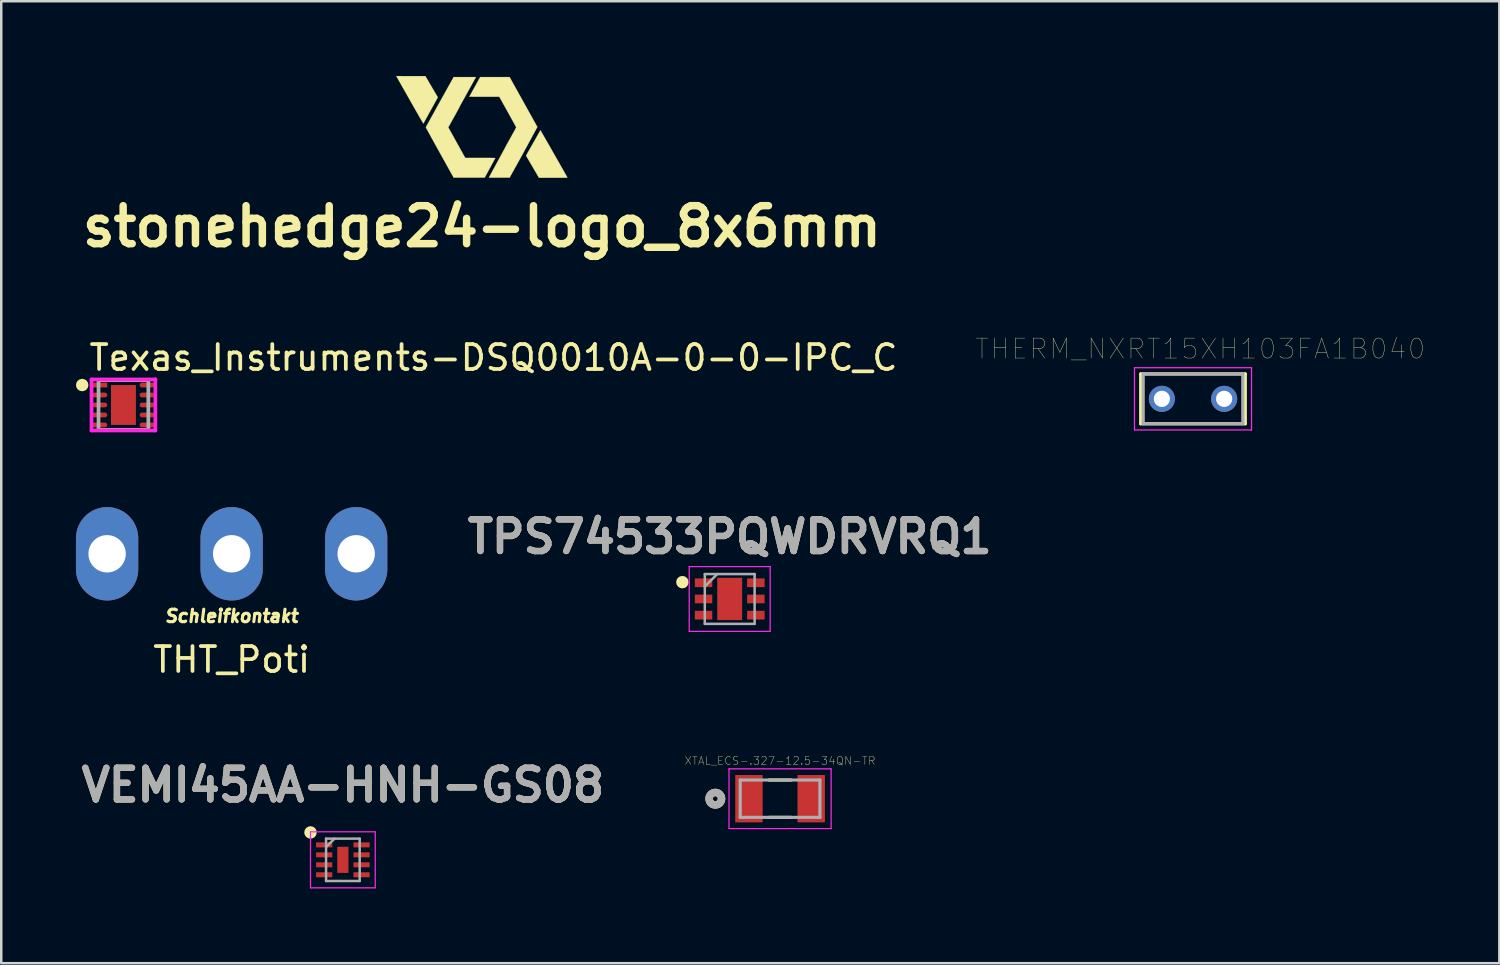
<source format=kicad_pcb>
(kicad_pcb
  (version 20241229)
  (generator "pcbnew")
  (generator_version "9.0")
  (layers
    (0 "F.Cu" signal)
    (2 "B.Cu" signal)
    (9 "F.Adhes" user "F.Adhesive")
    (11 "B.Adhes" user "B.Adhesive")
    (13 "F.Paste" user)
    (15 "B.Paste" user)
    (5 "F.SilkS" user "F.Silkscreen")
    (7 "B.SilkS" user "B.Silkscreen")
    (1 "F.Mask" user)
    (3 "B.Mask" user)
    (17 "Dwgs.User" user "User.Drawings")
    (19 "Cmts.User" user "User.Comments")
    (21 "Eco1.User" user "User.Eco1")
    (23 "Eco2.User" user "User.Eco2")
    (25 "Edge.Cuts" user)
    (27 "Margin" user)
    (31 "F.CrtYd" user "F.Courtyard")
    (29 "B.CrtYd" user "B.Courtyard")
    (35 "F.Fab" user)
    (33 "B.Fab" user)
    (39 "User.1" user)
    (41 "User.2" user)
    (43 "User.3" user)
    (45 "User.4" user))
  (footprint "stonehedge24-logo_8x6mm"
    (layer "F.Cu")
    (at 16.3 2.043)
    (property "Reference" "stonehedge24-logo_8x6mm" (at 0 4 0) (layer "F.SilkS") (effects (font (size 1.524 1.524) (thickness 0.3))))
    (attr through_hole)
    (fp_poly (pts (xy -2.855 -2.037) (xy -2.272 -2.037) (xy -2.022 -1.611) (xy -1.772 -1.186) (xy -1.997 -0.778) (xy -2.034 -0.712) (xy -2.07 -0.646) (xy -2.105 -0.583) (xy -2.139 -0.521) (xy -2.17 -0.463) (xy -2.2 -0.41) (xy -2.226 -0.363) (xy -2.248 -0.322) (xy -2.267 -0.288) (xy -2.28 -0.263) (xy -2.283 -0.259) (xy -2.301 -0.226) (xy -2.317 -0.197) (xy -2.331 -0.171) (xy -2.342 -0.152) (xy -2.348 -0.141) (xy -2.35 -0.139) (xy -2.351 -0.139) (xy -2.354 -0.141) (xy -2.359 -0.147) (xy -2.365 -0.156) (xy -2.373 -0.169) (xy -2.384 -0.186) (xy -2.397 -0.208) (xy -2.413 -0.234) (xy -2.431 -0.266) (xy -2.453 -0.303) (xy -2.478 -0.347) (xy -2.507 -0.397) (xy -2.54 -0.454) (xy -2.576 -0.518) (xy -2.617 -0.59) (xy -2.663 -0.669) (xy -2.713 -0.758) (xy -2.768 -0.854) (xy -2.828 -0.96) (xy -2.883 -1.057) (xy -2.937 -1.152) (xy -2.989 -1.244) (xy -3.04 -1.334) (xy -3.089 -1.421) (xy -3.136 -1.503) (xy -3.18 -1.581) (xy -3.222 -1.654) (xy -3.26 -1.722) (xy -3.295 -1.784) (xy -3.327 -1.84) (xy -3.354 -1.888) (xy -3.378 -1.93) (xy -3.396 -1.963) (xy -3.411 -1.988) (xy -3.42 -2.004) (xy -3.423 -2.011) (xy -3.438 -2.038) (xy -2.855 -2.037)) (stroke (width 0.01) (type solid)) (fill yes) (layer "F.SilkS"))
    (fp_poly (pts (xy 2.351 0.144) (xy 2.359 0.158) (xy 2.372 0.18) (xy 2.39 0.211) (xy 2.412 0.249) (xy 2.438 0.294) (xy 2.468 0.345) (xy 2.5 0.402) (xy 2.536 0.465) (xy 2.575 0.532) (xy 2.615 0.603) (xy 2.658 0.677) (xy 2.702 0.755) (xy 2.748 0.834) (xy 2.795 0.916) (xy 2.842 0.999) (xy 2.889 1.082) (xy 2.937 1.166) (xy 2.984 1.249) (xy 3.031 1.331) (xy 3.077 1.411) (xy 3.121 1.489) (xy 3.163 1.564) (xy 3.204 1.635) (xy 3.243 1.703) (xy 3.278 1.766) (xy 3.311 1.824) (xy 3.341 1.876) (xy 3.367 1.922) (xy 3.389 1.962) (xy 3.407 1.993) (xy 3.42 2.017) (xy 3.428 2.032) (xy 3.431 2.038) (xy 3.426 2.039) (xy 3.41 2.04) (xy 3.384 2.04) (xy 3.348 2.041) (xy 3.303 2.042) (xy 3.25 2.042) (xy 3.189 2.042) (xy 3.121 2.043) (xy 3.046 2.043) (xy 2.965 2.043) (xy 2.878 2.043) (xy 2.86 2.043) (xy 2.288 2.043) (xy 2.282 2.03) (xy 2.278 2.024) (xy 2.27 2.009) (xy 2.256 1.986) (xy 2.239 1.956) (xy 2.217 1.919) (xy 2.193 1.877) (xy 2.166 1.831) (xy 2.136 1.781) (xy 2.105 1.728) (xy 2.073 1.673) (xy 2.04 1.616) (xy 2.007 1.56) (xy 1.974 1.504) (xy 1.942 1.449) (xy 1.912 1.397) (xy 1.883 1.348) (xy 1.856 1.303) (xy 1.833 1.263) (xy 1.812 1.229) (xy 1.796 1.201) (xy 1.784 1.18) (xy 1.776 1.168) (xy 1.776 1.167) (xy 1.774 1.158) (xy 1.777 1.146) (xy 1.783 1.133) (xy 1.794 1.115) (xy 1.808 1.089) (xy 1.827 1.056) (xy 1.849 1.017) (xy 1.874 0.972) (xy 1.902 0.923) (xy 1.932 0.87) (xy 1.964 0.813) (xy 1.998 0.755) (xy 2.032 0.694) (xy 2.066 0.634) (xy 2.101 0.573) (xy 2.135 0.513) (xy 2.168 0.455) (xy 2.199 0.399) (xy 2.229 0.347) (xy 2.257 0.299) (xy 2.281 0.255) (xy 2.303 0.218) (xy 2.321 0.186) (xy 2.334 0.162) (xy 2.344 0.147) (xy 2.348 0.14) (xy 2.348 0.139) (xy 2.351 0.144)) (stroke (width 0.01) (type solid)) (fill yes) (layer "F.SilkS"))
    (fp_poly (pts (xy 1.667 -0.996) (xy 2.224 0.005) (xy 2.121 0.193) (xy 2.093 0.246) (xy 2.06 0.306) (xy 2.026 0.369) (xy 1.992 0.433) (xy 1.959 0.493) (xy 1.929 0.548) (xy 1.921 0.564) (xy 1.867 0.664) (xy 1.814 0.762) (xy 1.76 0.86) (xy 1.706 0.961) (xy 1.649 1.063) (xy 1.591 1.17) (xy 1.529 1.282) (xy 1.464 1.4) (xy 1.395 1.525) (xy 1.32 1.658) (xy 1.31 1.678) (xy 1.11 2.038) (xy 0.692 2.038) (xy 0.611 2.038) (xy 0.541 2.038) (xy 0.48 2.037) (xy 0.429 2.037) (xy 0.387 2.037) (xy 0.353 2.036) (xy 0.326 2.035) (xy 0.306 2.035) (xy 0.292 2.034) (xy 0.284 2.033) (xy 0.281 2.031) (xy 0.281 2.031) (xy 0.285 2.024) (xy 0.293 2.009) (xy 0.307 1.985) (xy 0.324 1.953) (xy 0.345 1.914) (xy 0.37 1.869) (xy 0.398 1.818) (xy 0.428 1.762) (xy 0.461 1.702) (xy 0.496 1.638) (xy 0.532 1.572) (xy 0.569 1.503) (xy 0.607 1.432) (xy 0.646 1.361) (xy 0.684 1.29) (xy 0.723 1.22) (xy 0.76 1.151) (xy 0.796 1.084) (xy 0.831 1.02) (xy 0.863 0.959) (xy 0.894 0.903) (xy 0.922 0.851) (xy 0.946 0.805) (xy 0.967 0.765) (xy 0.985 0.733) (xy 0.99 0.722) (xy 0.994 0.715) (xy 1.003 0.699) (xy 1.017 0.675) (xy 1.034 0.643) (xy 1.055 0.604) (xy 1.08 0.56) (xy 1.107 0.512) (xy 1.136 0.459) (xy 1.167 0.403) (xy 1.188 0.365) (xy 1.225 0.298) (xy 1.257 0.241) (xy 1.284 0.192) (xy 1.307 0.151) (xy 1.325 0.117) (xy 1.34 0.089) (xy 1.352 0.066) (xy 1.36 0.049) (xy 1.367 0.035) (xy 1.37 0.026) (xy 1.372 0.018) (xy 1.373 0.013) (xy 1.372 0.009) (xy 1.371 0.006) (xy 1.371 0.006) (xy 1.367 -0.001) (xy 1.358 -0.017) (xy 1.345 -0.042) (xy 1.327 -0.075) (xy 1.304 -0.115) (xy 1.278 -0.162) (xy 1.249 -0.215) (xy 1.217 -0.273) (xy 1.181 -0.337) (xy 1.144 -0.405) (xy 1.104 -0.476) (xy 1.063 -0.55) (xy 1.03 -0.609) (xy 0.697 -1.208) (xy 0.095 -1.209) (xy -0.507 -1.211) (xy -0.289 -1.604) (xy -0.071 -1.998) (xy 1.11 -1.998) (xy 1.667 -0.996)) (stroke (width 0.01) (type solid)) (fill yes) (layer "F.SilkS"))
    (fp_poly (pts (xy -0.249 -1.985) (xy -0.253 -1.979) (xy -0.262 -1.963) (xy -0.275 -1.939) (xy -0.293 -1.907) (xy -0.314 -1.868) (xy -0.339 -1.822) (xy -0.367 -1.772) (xy -0.398 -1.716) (xy -0.431 -1.657) (xy -0.466 -1.594) (xy -0.498 -1.535) (xy -0.536 -1.466) (xy -0.575 -1.397) (xy -0.613 -1.329) (xy -0.649 -1.262) (xy -0.684 -1.199) (xy -0.717 -1.14) (xy -0.747 -1.085) (xy -0.774 -1.037) (xy -0.797 -0.997) (xy -0.815 -0.964) (xy -0.822 -0.951) (xy -0.843 -0.913) (xy -0.862 -0.878) (xy -0.878 -0.847) (xy -0.891 -0.822) (xy -0.901 -0.803) (xy -0.905 -0.793) (xy -0.906 -0.792) (xy -0.909 -0.785) (xy -0.917 -0.769) (xy -0.93 -0.745) (xy -0.947 -0.713) (xy -0.968 -0.675) (xy -0.992 -0.63) (xy -1.019 -0.58) (xy -1.049 -0.526) (xy -1.081 -0.468) (xy -1.115 -0.407) (xy -1.13 -0.38) (xy -1.352 0.02) (xy -1.012 0.634) (xy -0.671 1.247) (xy -0.067 1.247) (xy 0.015 1.247) (xy 0.093 1.248) (xy 0.167 1.248) (xy 0.237 1.248) (xy 0.301 1.248) (xy 0.359 1.249) (xy 0.41 1.249) (xy 0.453 1.25) (xy 0.488 1.25) (xy 0.514 1.251) (xy 0.53 1.251) (xy 0.535 1.252) (xy 0.535 1.252) (xy 0.532 1.258) (xy 0.524 1.272) (xy 0.512 1.296) (xy 0.495 1.326) (xy 0.475 1.364) (xy 0.451 1.408) (xy 0.425 1.457) (xy 0.396 1.511) (xy 0.364 1.568) (xy 0.332 1.629) (xy 0.322 1.647) (xy 0.11 2.037) (xy -0.514 2.037) (xy -1.137 2.037) (xy -1.696 1.032) (xy -1.751 0.933) (xy -1.804 0.837) (xy -1.856 0.743) (xy -1.905 0.654) (xy -1.953 0.568) (xy -1.998 0.487) (xy -2.04 0.41) (xy -2.079 0.339) (xy -2.115 0.274) (xy -2.148 0.215) (xy -2.176 0.163) (xy -2.201 0.119) (xy -2.221 0.082) (xy -2.237 0.053) (xy -2.247 0.033) (xy -2.253 0.022) (xy -2.254 0.02) (xy -2.251 0.014) (xy -2.243 -0.001) (xy -2.23 -0.025) (xy -2.213 -0.057) (xy -2.191 -0.097) (xy -2.165 -0.145) (xy -2.134 -0.2) (xy -2.1 -0.262) (xy -2.063 -0.329) (xy -2.023 -0.402) (xy -1.979 -0.481) (xy -1.933 -0.564) (xy -1.885 -0.652) (xy -1.834 -0.743) (xy -1.782 -0.838) (xy -1.727 -0.935) (xy -1.696 -0.992) (xy -1.137 -1.998) (xy -0.69 -1.998) (xy -0.242 -1.998) (xy -0.249 -1.985)) (stroke (width 0.01) (type solid)) (fill yes) (layer "F.SilkS")))
  (footprint "TPS74533PQWDRVRQ1"
    (layer "F.Cu")
    (at 26.247 20.998)
    (property "Reference" "TPS74533PQWDRVRQ1" (at 0 -2.5 0) (layer "F.SilkS") (effects (font (size 1.27 1.27) (thickness 0.254))))
    (attr smd)
    (fp_circle (center -1.9 -0.675) (end -1.9 -0.55) (stroke (width 0.25) (type solid)) (fill no) (layer "F.SilkS"))
    (fp_line (start -1.625 -1.3) (end 1.625 -1.3) (stroke (width 0.05) (type solid)) (layer "F.CrtYd"))
    (fp_line (start -1.625 1.3) (end -1.625 -1.3) (stroke (width 0.05) (type solid)) (layer "F.CrtYd"))
    (fp_line (start 1.625 -1.3) (end 1.625 1.3) (stroke (width 0.05) (type solid)) (layer "F.CrtYd"))
    (fp_line (start 1.625 1.3) (end -1.625 1.3) (stroke (width 0.05) (type solid)) (layer "F.CrtYd"))
    (fp_line (start -1 -1) (end 1 -1) (stroke (width 0.1) (type solid)) (layer "F.Fab"))
    (fp_line (start -1 -0.5) (end -0.5 -1) (stroke (width 0.1) (type solid)) (layer "F.Fab"))
    (fp_line (start -1 1) (end -1 -1) (stroke (width 0.1) (type solid)) (layer "F.Fab"))
    (fp_line (start 1 -1) (end 1 1) (stroke (width 0.1) (type solid)) (layer "F.Fab"))
    (fp_line (start 1 1) (end -1 1) (stroke (width 0.1) (type solid)) (layer "F.Fab"))
    (fp_text user "${REFERENCE}" (at 0 -2.5 0) (layer "F.Fab") (effects (font (size 1.27 1.27) (thickness 0.254))))
    (pad "1" smd rect (at -1.05 -0.65 90) (size 0.35 0.7) (layers "F.Cu" "F.Mask" "F.Paste"))
    (pad "2" smd rect (at -1.05 0 90) (size 0.35 0.7) (layers "F.Cu" "F.Mask" "F.Paste"))
    (pad "3" smd rect (at -1.05 0.65 90) (size 0.35 0.7) (layers "F.Cu" "F.Mask" "F.Paste"))
    (pad "4" smd rect (at 1.05 0.65 90) (size 0.35 0.7) (layers "F.Cu" "F.Mask" "F.Paste"))
    (pad "5" smd rect (at 1.05 0 90) (size 0.35 0.7) (layers "F.Cu" "F.Mask" "F.Paste"))
    (pad "6" smd rect (at 1.05 -0.65 90) (size 0.35 0.7) (layers "F.Cu" "F.Mask" "F.Paste"))
    (pad "7" smd rect (at 0 0) (size 1 1.7) (layers "F.Cu" "F.Mask" "F.Paste")))
  (footprint "THT_Poti"
    (layer "F.Cu")
    (at 6.25 22.184)
    (property "Reference" "THT_Poti" (at 0 1.25 0) (layer "F.SilkS") (effects (font (size 1 1) (thickness 0.15))))
    (attr through_hole)
    (fp_text user "Schleifkontakt" (at 0 -0.5 0) (layer "F.SilkS") (effects (font (size 0.5 0.5) (thickness 0.125) (italic yes))))
    (pad "1" thru_hole oval (at -5 -3 90) (size 3.75 2.5) (drill 1.5) (layers "*.Cu" "*.Mask"))
    (pad "2" thru_hole oval (at 0 -3 90) (size 3.75 2.5) (drill 1.5) (layers "*.Cu" "*.Mask"))
    (pad "3" thru_hole oval (at 5 -3 90) (size 3.75 2.5) (drill 1.5) (layers "*.Cu" "*.Mask")))
  (footprint "VEMI45AA-HNH-GS08"
    (layer "F.Cu")
    (at 10.716 31.471)
    (property "Reference" "VEMI45AA-HNH-GS08" (at 0 -3 0) (layer "F.SilkS") (effects (font (size 1.27 1.27) (thickness 0.254))))
    (attr smd)
    (fp_circle (center -1.3 -1.1) (end -1.3 -0.975) (stroke (width 0.25) (type solid)) (fill no) (layer "F.SilkS"))
    (fp_line (start -1.3 -1.125) (end 1.3 -1.125) (stroke (width 0.05) (type solid)) (layer "F.CrtYd"))
    (fp_line (start -1.3 1.125) (end -1.3 -1.125) (stroke (width 0.05) (type solid)) (layer "F.CrtYd"))
    (fp_line (start 1.3 -1.125) (end 1.3 1.125) (stroke (width 0.05) (type solid)) (layer "F.CrtYd"))
    (fp_line (start 1.3 1.125) (end -1.3 1.125) (stroke (width 0.05) (type solid)) (layer "F.CrtYd"))
    (fp_line (start -0.675 -0.85) (end 0.675 -0.85) (stroke (width 0.1) (type solid)) (layer "F.Fab"))
    (fp_line (start -0.675 -0.512) (end -0.338 -0.85) (stroke (width 0.1) (type solid)) (layer "F.Fab"))
    (fp_line (start -0.675 0.85) (end -0.675 -0.85) (stroke (width 0.1) (type solid)) (layer "F.Fab"))
    (fp_line (start 0.675 -0.85) (end 0.675 0.85) (stroke (width 0.1) (type solid)) (layer "F.Fab"))
    (fp_line (start 0.675 0.85) (end -0.675 0.85) (stroke (width 0.1) (type solid)) (layer "F.Fab"))
    (fp_text user "${REFERENCE}" (at 0 -3 0) (layer "F.Fab") (effects (font (size 1.27 1.27) (thickness 0.254))))
    (pad "1" smd rect (at -0.75 -0.6 90) (size 0.2 0.65) (layers "F.Cu" "F.Mask" "F.Paste"))
    (pad "2" smd rect (at -0.75 -0.2 90) (size 0.2 0.65) (layers "F.Cu" "F.Mask" "F.Paste"))
    (pad "3" smd rect (at -0.75 0.2 90) (size 0.2 0.65) (layers "F.Cu" "F.Mask" "F.Paste"))
    (pad "4" smd rect (at -0.75 0.6 90) (size 0.2 0.65) (layers "F.Cu" "F.Mask" "F.Paste"))
    (pad "5" smd rect (at 0.75 0.6 90) (size 0.2 0.65) (layers "F.Cu" "F.Mask" "F.Paste"))
    (pad "6" smd rect (at 0.75 0.2 90) (size 0.2 0.65) (layers "F.Cu" "F.Mask" "F.Paste"))
    (pad "7" smd rect (at 0.75 -0.2 90) (size 0.2 0.65) (layers "F.Cu" "F.Mask" "F.Paste"))
    (pad "8" smd rect (at 0.75 -0.6 90) (size 0.2 0.65) (layers "F.Cu" "F.Mask" "F.Paste"))
    (pad "9" smd rect (at 0 0) (size 0.45 1.05) (layers "F.Cu" "F.Mask" "F.Paste")))
  (footprint "XTAL_ECS-.327-12.5-34QN-TR"
    (layer "F.Cu")
    (at 28.269 29.017)
    (property "Reference" "XTAL_ECS-.327-12.5-34QN-TR" (at 0 -1.524 0) (layer "F.SilkS") (effects (font (size 0.315 0.315) (thickness 0.015))))
    (attr through_hole)
    (fp_line (start -0.44 -0.75) (end 0.44 -0.75) (stroke (width 0.127) (type solid)) (layer "F.SilkS"))
    (fp_line (start -0.44 0.75) (end 0.44 0.75) (stroke (width 0.127) (type solid)) (layer "F.SilkS"))
    (fp_circle (center -2.6 0) (end -2.5 0) (stroke (width 0.3) (type solid)) (fill no) (layer "F.SilkS"))
    (fp_line (start -2.05 -1.2) (end -2.05 1.2) (stroke (width 0.05) (type solid)) (layer "F.CrtYd"))
    (fp_line (start -2.05 1.2) (end 2.05 1.2) (stroke (width 0.05) (type solid)) (layer "F.CrtYd"))
    (fp_line (start 2.05 -1.2) (end -2.05 -1.2) (stroke (width 0.05) (type solid)) (layer "F.CrtYd"))
    (fp_line (start 2.05 1.2) (end 2.05 -1.2) (stroke (width 0.05) (type solid)) (layer "F.CrtYd"))
    (fp_line (start -1.6 -0.75) (end -1.6 0.75) (stroke (width 0.127) (type solid)) (layer "F.Fab"))
    (fp_line (start -1.6 0.75) (end 1.6 0.75) (stroke (width 0.127) (type solid)) (layer "F.Fab"))
    (fp_line (start 1.6 -0.75) (end -1.6 -0.75) (stroke (width 0.127) (type solid)) (layer "F.Fab"))
    (fp_line (start 1.6 0.75) (end 1.6 -0.75) (stroke (width 0.127) (type solid)) (layer "F.Fab"))
    (fp_circle (center -2.6 0) (end -2.5 0) (stroke (width 0.3) (type solid)) (fill no) (layer "F.Fab"))
    (pad "1" smd rect (at -1.25 0) (size 1.1 1.9) (layers "F.Cu" "F.Mask" "F.Paste"))
    (pad "2" smd rect (at 1.25 0) (size 1.1 1.9) (layers "F.Cu" "F.Mask" "F.Paste")))
  (footprint "Texas_Instruments-DSQ0010A-0-0-IPC_C"
    (layer "F.Cu")
    (at 1.906 13.209)
    (property "Reference" "Texas_Instruments-DSQ0010A-0-0-IPC_C" (at -1.456 -1.9 0) (layer "F.SilkS") (effects (font (size 1 1) (thickness 0.15)) (justify left)))
    (attr through_hole)
    (fp_line (start -1 -1) (end -1 -1) (stroke (width 0.15) (type solid)) (layer "F.SilkS"))
    (fp_line (start -1 -1) (end 1 -1) (stroke (width 0.15) (type solid)) (layer "F.SilkS"))
    (fp_line (start -1 1) (end -1 1) (stroke (width 0.15) (type solid)) (layer "F.SilkS"))
    (fp_line (start -1 1) (end 1 1) (stroke (width 0.15) (type solid)) (layer "F.SilkS"))
    (fp_line (start 1 -1) (end 1 -1) (stroke (width 0.15) (type solid)) (layer "F.SilkS"))
    (fp_line (start 1 1) (end 1 1) (stroke (width 0.15) (type solid)) (layer "F.SilkS"))
    (fp_circle (center -1.656 -0.8) (end -1.531 -0.8) (stroke (width 0.25) (type solid)) (fill no) (layer "F.SilkS"))
    (fp_poly (pts (xy -0.277 -0.577) (xy 0.277 -0.577) (xy 0.277 0.577) (xy -0.277 0.577)) (stroke (width 0) (type solid)) (fill yes) (layer "F.Paste"))
    (fp_line (start -1.281 -1.025) (end -1.281 1.025) (stroke (width 0.15) (type solid)) (layer "F.CrtYd"))
    (fp_line (start -1.281 1.025) (end 1.281 1.025) (stroke (width 0.15) (type solid)) (layer "F.CrtYd"))
    (fp_line (start 1.281 -1.025) (end -1.281 -1.025) (stroke (width 0.15) (type solid)) (layer "F.CrtYd"))
    (fp_line (start 1.281 -1.025) (end 1.281 -1.025) (stroke (width 0.15) (type solid)) (layer "F.CrtYd"))
    (fp_line (start 1.281 1.025) (end 1.281 -1.025) (stroke (width 0.15) (type solid)) (layer "F.CrtYd"))
    (fp_line (start -1 -1) (end 1 -1) (stroke (width 0.15) (type solid)) (layer "F.Fab"))
    (fp_line (start -1 1) (end -1 -1) (stroke (width 0.15) (type solid)) (layer "F.Fab"))
    (fp_line (start 1 -1) (end 1 1) (stroke (width 0.15) (type solid)) (layer "F.Fab"))
    (fp_line (start 1 1) (end -1 1) (stroke (width 0.15) (type solid)) (layer "F.Fab"))
    (pad "1" smd rect (at -0.953 -0.8) (size 0.606 0.192) (layers "F.Cu" "F.Mask" "F.Paste"))
    (pad "2" smd roundrect (at -0.953 -0.4) (size 0.606 0.192) (layers "F.Cu" "F.Mask" "F.Paste") (roundrect_rratio 0.5))
    (pad "3" smd roundrect (at -0.953 0) (size 0.606 0.192) (layers "F.Cu" "F.Mask" "F.Paste") (roundrect_rratio 0.5))
    (pad "4" smd roundrect (at -0.953 0.4) (size 0.606 0.192) (layers "F.Cu" "F.Mask" "F.Paste") (roundrect_rratio 0.5))
    (pad "5" smd roundrect (at -0.953 0.8) (size 0.606 0.192) (layers "F.Cu" "F.Mask" "F.Paste") (roundrect_rratio 0.5))
    (pad "6" smd roundrect (at 0.953 0.8) (size 0.606 0.192) (layers "F.Cu" "F.Mask" "F.Paste") (roundrect_rratio 0.5))
    (pad "7" smd roundrect (at 0.953 0.4) (size 0.606 0.192) (layers "F.Cu" "F.Mask" "F.Paste") (roundrect_rratio 0.5))
    (pad "8" smd roundrect (at 0.953 0) (size 0.606 0.192) (layers "F.Cu" "F.Mask" "F.Paste") (roundrect_rratio 0.5))
    (pad "9" smd roundrect (at 0.953 -0.4) (size 0.606 0.192) (layers "F.Cu" "F.Mask" "F.Paste") (roundrect_rratio 0.5))
    (pad "10" smd roundrect (at 0.953 -0.8) (size 0.606 0.192) (layers "F.Cu" "F.Mask" "F.Paste") (roundrect_rratio 0.5))
    (pad "11" smd rect (at 0 0) (size 1 1.6) (layers "F.Cu" "F.Mask")))
  (footprint "THERM_NXRT15XH103FA1B040"
    (layer "F.Cu")
    (at 44.848 12.963)
    (property "Reference" "THERM_NXRT15XH103FA1B040" (at 0.29 -2.008 0) (layer "F.SilkS") (effects (font (size 0.8 0.8) (thickness 0.015))))
    (attr through_hole)
    (fp_line (start -2.1 -1) (end -2.1 1) (stroke (width 0.127) (type solid)) (layer "F.SilkS"))
    (fp_line (start -2.1 1) (end 2.1 1) (stroke (width 0.127) (type solid)) (layer "F.SilkS"))
    (fp_line (start 2.1 -1) (end -2.1 -1) (stroke (width 0.127) (type solid)) (layer "F.SilkS"))
    (fp_line (start 2.1 1) (end 2.1 -1) (stroke (width 0.127) (type solid)) (layer "F.SilkS"))
    (fp_line (start -2.35 -1.25) (end 2.35 -1.25) (stroke (width 0.05) (type solid)) (layer "F.CrtYd"))
    (fp_line (start -2.35 1.25) (end -2.35 -1.25) (stroke (width 0.05) (type solid)) (layer "F.CrtYd"))
    (fp_line (start 2.35 -1.25) (end 2.35 1.25) (stroke (width 0.05) (type solid)) (layer "F.CrtYd"))
    (fp_line (start 2.35 1.25) (end -2.35 1.25) (stroke (width 0.05) (type solid)) (layer "F.CrtYd"))
    (fp_line (start -2 -1) (end 2 -1) (stroke (width 0.127) (type solid)) (layer "F.Fab"))
    (fp_line (start -2 1) (end -2 -1) (stroke (width 0.127) (type solid)) (layer "F.Fab"))
    (fp_line (start 2 -1) (end 2 1) (stroke (width 0.127) (type solid)) (layer "F.Fab"))
    (fp_line (start 2 1) (end -2 1) (stroke (width 0.127) (type solid)) (layer "F.Fab"))
    (pad "1" thru_hole circle (at -1.25 0) (size 1.05 1.05) (drill 0.65) (layers "*.Cu" "*.Mask"))
    (pad "2" thru_hole circle (at 1.25 0) (size 1.05 1.05) (drill 0.65) (layers "*.Cu" "*.Mask")))
  (gr_rect
    (start -3 -3)
    (end 57.147 35.621)
    (stroke (width 0.1) (type default))
    (fill no)
    (layer "Edge.Cuts")))
</source>
